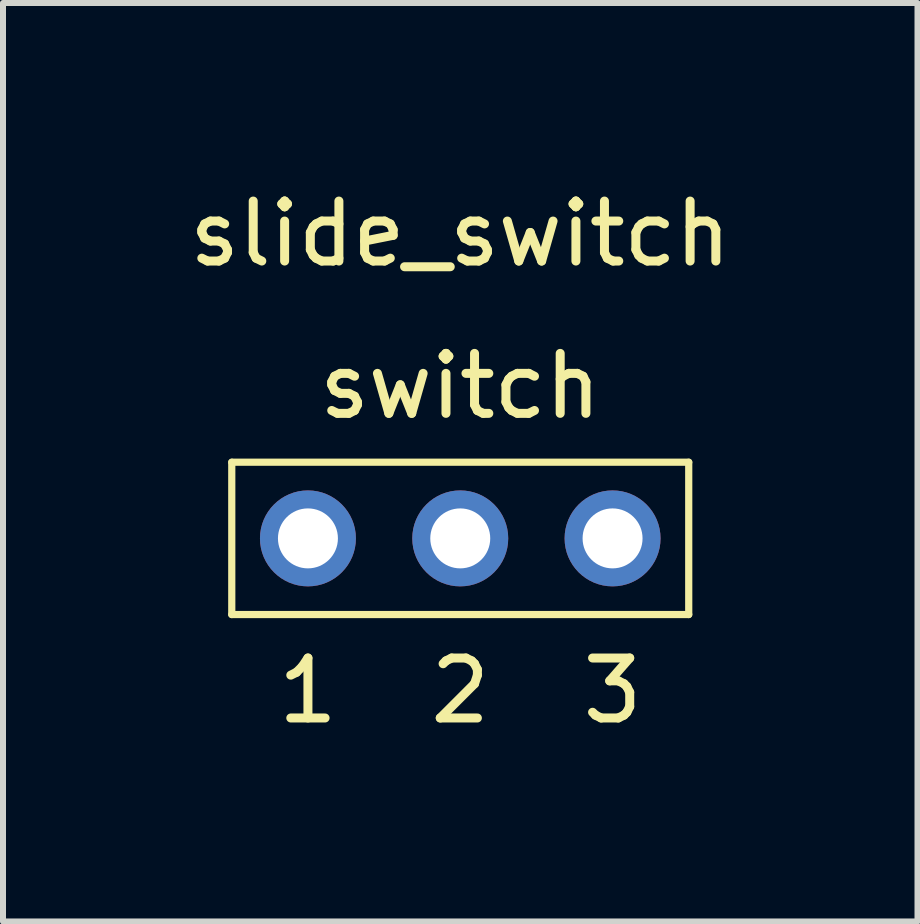
<source format=kicad_pcb>
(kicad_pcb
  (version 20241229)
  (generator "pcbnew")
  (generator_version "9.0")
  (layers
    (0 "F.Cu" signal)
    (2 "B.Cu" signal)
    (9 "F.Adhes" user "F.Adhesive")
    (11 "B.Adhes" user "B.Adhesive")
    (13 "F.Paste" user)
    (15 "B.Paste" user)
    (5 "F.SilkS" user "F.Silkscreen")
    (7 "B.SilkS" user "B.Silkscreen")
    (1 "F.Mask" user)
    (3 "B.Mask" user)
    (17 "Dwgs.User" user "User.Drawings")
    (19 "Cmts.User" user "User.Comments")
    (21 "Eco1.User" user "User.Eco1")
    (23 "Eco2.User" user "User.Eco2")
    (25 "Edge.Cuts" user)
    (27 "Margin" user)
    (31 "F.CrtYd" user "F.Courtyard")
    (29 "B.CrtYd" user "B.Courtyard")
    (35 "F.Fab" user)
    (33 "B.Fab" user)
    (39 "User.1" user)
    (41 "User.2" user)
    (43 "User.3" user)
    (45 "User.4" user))
  (footprint "slide_switch"
    (layer "F.Cu")
    (at 4.625 4.658)
    (property "Reference" "slide_switch" (at 0 -3.81 0) (layer "F.SilkS") (effects (font (size 1 1) (thickness 0.15))))
    (attr through_hole)
    (fp_line (start -3.81 0) (end 3.81 0) (stroke (width 0.12) (type solid)) (layer "F.SilkS"))
    (fp_line (start -3.81 2.54) (end -3.81 0) (stroke (width 0.12) (type solid)) (layer "F.SilkS"))
    (fp_line (start 3.81 0) (end 3.81 2.54) (stroke (width 0.12) (type solid)) (layer "F.SilkS"))
    (fp_line (start 3.81 2.54) (end -3.81 2.54) (stroke (width 0.12) (type solid)) (layer "F.SilkS"))
    (fp_text user "2" (at 0 3.81 0) (layer "F.SilkS") (effects (font (size 1 1) (thickness 0.15))))
    (fp_text user "3" (at 2.54 3.81 0) (layer "F.SilkS") (effects (font (size 1 1) (thickness 0.15))))
    (fp_text user "1" (at -2.54 3.81 0) (layer "F.SilkS") (effects (font (size 1 1) (thickness 0.15))))
    (fp_text user "switch" (at 0 -1.27 0) (layer "F.SilkS") (effects (font (size 1 1) (thickness 0.15))))
    (pad "1" thru_hole circle (at -2.54 1.27) (size 1.6 1.6) (drill 1) (layers "*.Cu" "*.Mask"))
    (pad "2" thru_hole circle (at 0 1.27) (size 1.6 1.6) (drill 1) (layers "*.Cu" "*.Mask"))
    (pad "3" thru_hole circle (at 2.54 1.27) (size 1.6 1.6) (drill 1) (layers "*.Cu" "*.Mask")))
  (gr_rect
    (start -3 -3)
    (end 12.25 12.316)
    (stroke (width 0.1) (type default))
    (fill no)
    (layer "Edge.Cuts")))
</source>
